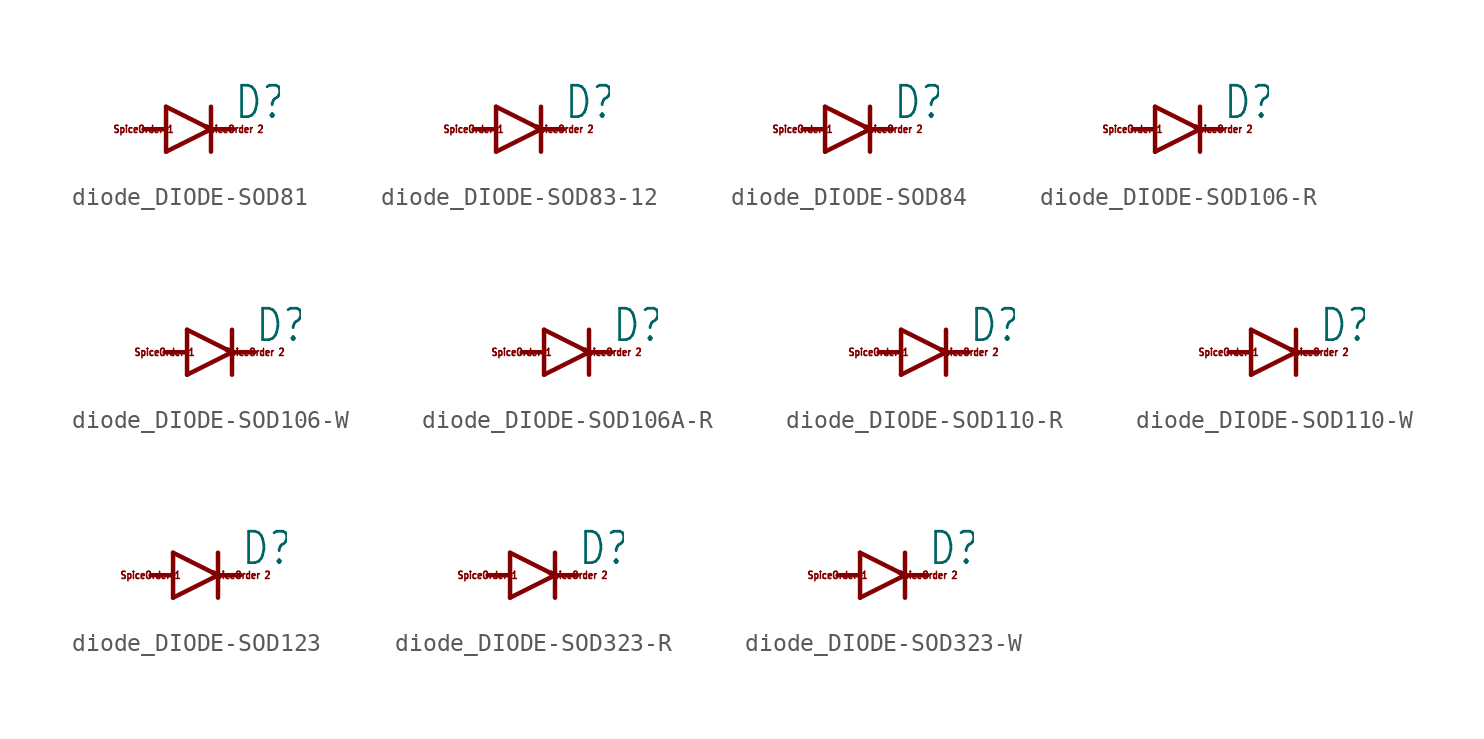
<source format=kicad_sym>
(kicad_symbol_lib
  (version 20231120)
  (generator "kicad_symbol_editor")
  (generator_version "8.0")
  (symbol "diode_DIODE-SOD81"
    (property "Reference" "D"
      (at 2.54 0.483 0)
      (effects (font (size 1.778 1.511)) (justify left bottom)))
    (property "Value" ""
      (at 2.54 -2.311 0)
      (effects (font (size 1.778 1.511)) (justify left bottom)))
    (property "ki_locked" ""
      (at 0 0 0)
      (effects (font (size 1.27 1.27))))
    (symbol "diode_DIODE-SOD81_1_0"
      (polyline (pts (xy -1.27 -1.27) (xy 1.27 0)) (stroke (width 0.254) (type solid)) (fill (type none)))
      (polyline (pts (xy -1.27 0) (xy -2.54 0)) (stroke (width 0.254) (type solid)) (fill (type none)))
      (polyline (pts (xy -1.27 0) (xy -1.27 -1.27)) (stroke (width 0.254) (type solid)) (fill (type none)))
      (polyline (pts (xy -1.27 1.27) (xy -1.27 0)) (stroke (width 0.254) (type solid)) (fill (type none)))
      (polyline (pts (xy 1.27 0) (xy -1.27 1.27)) (stroke (width 0.254) (type solid)) (fill (type none)))
      (polyline (pts (xy 1.27 0) (xy 1.27 -1.27)) (stroke (width 0.254) (type solid)) (fill (type none)))
      (polyline (pts (xy 1.27 1.27) (xy 1.27 0)) (stroke (width 0.254) (type solid)) (fill (type none)))
      (polyline (pts (xy 2.54 0) (xy 1.27 0)) (stroke (width 0.254) (type solid)) (fill (type none)))
      (text "SpiceOrder 1" (at -2.54 0 0) (effects (font (size 0.406 0.345))))
      (text "SpiceOrder 2" (at 2.54 0 0) (effects (font (size 0.406 0.345))))
      (pin passive line (at -2.54 0 0) (length 0) (name "A" (effects (font (size 0 0)))) (number "A" (effects (font (size 0 0)))))
      (pin passive line (at 2.54 0 180) (length 0) (name "C" (effects (font (size 0 0)))) (number "C" (effects (font (size 0 0)))))))
  (symbol "diode_DIODE-SOD83-12"
    (property "Reference" "D"
      (at 2.54 0.483 0)
      (effects (font (size 1.778 1.511)) (justify left bottom)))
    (property "Value" ""
      (at 2.54 -2.311 0)
      (effects (font (size 1.778 1.511)) (justify left bottom)))
    (property "ki_locked" ""
      (at 0 0 0)
      (effects (font (size 1.27 1.27))))
    (symbol "diode_DIODE-SOD83-12_1_0"
      (polyline (pts (xy -1.27 -1.27) (xy 1.27 0)) (stroke (width 0.254) (type solid)) (fill (type none)))
      (polyline (pts (xy -1.27 0) (xy -2.54 0)) (stroke (width 0.254) (type solid)) (fill (type none)))
      (polyline (pts (xy -1.27 0) (xy -1.27 -1.27)) (stroke (width 0.254) (type solid)) (fill (type none)))
      (polyline (pts (xy -1.27 1.27) (xy -1.27 0)) (stroke (width 0.254) (type solid)) (fill (type none)))
      (polyline (pts (xy 1.27 0) (xy -1.27 1.27)) (stroke (width 0.254) (type solid)) (fill (type none)))
      (polyline (pts (xy 1.27 0) (xy 1.27 -1.27)) (stroke (width 0.254) (type solid)) (fill (type none)))
      (polyline (pts (xy 1.27 1.27) (xy 1.27 0)) (stroke (width 0.254) (type solid)) (fill (type none)))
      (polyline (pts (xy 2.54 0) (xy 1.27 0)) (stroke (width 0.254) (type solid)) (fill (type none)))
      (text "SpiceOrder 1" (at -2.54 0 0) (effects (font (size 0.406 0.345))))
      (text "SpiceOrder 2" (at 2.54 0 0) (effects (font (size 0.406 0.345))))
      (pin passive line (at -2.54 0 0) (length 0) (name "A" (effects (font (size 0 0)))) (number "A" (effects (font (size 0 0)))))
      (pin passive line (at 2.54 0 180) (length 0) (name "C" (effects (font (size 0 0)))) (number "C" (effects (font (size 0 0)))))))
  (symbol "diode_DIODE-SOD84"
    (property "Reference" "D"
      (at 2.54 0.483 0)
      (effects (font (size 1.778 1.511)) (justify left bottom)))
    (property "Value" ""
      (at 2.54 -2.311 0)
      (effects (font (size 1.778 1.511)) (justify left bottom)))
    (property "ki_locked" ""
      (at 0 0 0)
      (effects (font (size 1.27 1.27))))
    (symbol "diode_DIODE-SOD84_1_0"
      (polyline (pts (xy -1.27 -1.27) (xy 1.27 0)) (stroke (width 0.254) (type solid)) (fill (type none)))
      (polyline (pts (xy -1.27 0) (xy -2.54 0)) (stroke (width 0.254) (type solid)) (fill (type none)))
      (polyline (pts (xy -1.27 0) (xy -1.27 -1.27)) (stroke (width 0.254) (type solid)) (fill (type none)))
      (polyline (pts (xy -1.27 1.27) (xy -1.27 0)) (stroke (width 0.254) (type solid)) (fill (type none)))
      (polyline (pts (xy 1.27 0) (xy -1.27 1.27)) (stroke (width 0.254) (type solid)) (fill (type none)))
      (polyline (pts (xy 1.27 0) (xy 1.27 -1.27)) (stroke (width 0.254) (type solid)) (fill (type none)))
      (polyline (pts (xy 1.27 1.27) (xy 1.27 0)) (stroke (width 0.254) (type solid)) (fill (type none)))
      (polyline (pts (xy 2.54 0) (xy 1.27 0)) (stroke (width 0.254) (type solid)) (fill (type none)))
      (text "SpiceOrder 1" (at -2.54 0 0) (effects (font (size 0.406 0.345))))
      (text "SpiceOrder 2" (at 2.54 0 0) (effects (font (size 0.406 0.345))))
      (pin passive line (at -2.54 0 0) (length 0) (name "A" (effects (font (size 0 0)))) (number "A" (effects (font (size 0 0)))))
      (pin passive line (at 2.54 0 180) (length 0) (name "C" (effects (font (size 0 0)))) (number "C" (effects (font (size 0 0)))))))
  (symbol "diode_DIODE-SOD106-R"
    (property "Reference" "D"
      (at 2.54 0.483 0)
      (effects (font (size 1.778 1.511)) (justify left bottom)))
    (property "Value" ""
      (at 2.54 -2.311 0)
      (effects (font (size 1.778 1.511)) (justify left bottom)))
    (property "ki_locked" ""
      (at 0 0 0)
      (effects (font (size 1.27 1.27))))
    (symbol "diode_DIODE-SOD106-R_1_0"
      (polyline (pts (xy -1.27 -1.27) (xy 1.27 0)) (stroke (width 0.254) (type solid)) (fill (type none)))
      (polyline (pts (xy -1.27 0) (xy -2.54 0)) (stroke (width 0.254) (type solid)) (fill (type none)))
      (polyline (pts (xy -1.27 0) (xy -1.27 -1.27)) (stroke (width 0.254) (type solid)) (fill (type none)))
      (polyline (pts (xy -1.27 1.27) (xy -1.27 0)) (stroke (width 0.254) (type solid)) (fill (type none)))
      (polyline (pts (xy 1.27 0) (xy -1.27 1.27)) (stroke (width 0.254) (type solid)) (fill (type none)))
      (polyline (pts (xy 1.27 0) (xy 1.27 -1.27)) (stroke (width 0.254) (type solid)) (fill (type none)))
      (polyline (pts (xy 1.27 1.27) (xy 1.27 0)) (stroke (width 0.254) (type solid)) (fill (type none)))
      (polyline (pts (xy 2.54 0) (xy 1.27 0)) (stroke (width 0.254) (type solid)) (fill (type none)))
      (text "SpiceOrder 1" (at -2.54 0 0) (effects (font (size 0.406 0.345))))
      (text "SpiceOrder 2" (at 2.54 0 0) (effects (font (size 0.406 0.345))))
      (pin passive line (at -2.54 0 0) (length 0) (name "A" (effects (font (size 0 0)))) (number "A" (effects (font (size 0 0)))))
      (pin passive line (at 2.54 0 180) (length 0) (name "C" (effects (font (size 0 0)))) (number "C" (effects (font (size 0 0)))))))
  (symbol "diode_DIODE-SOD106-W"
    (property "Reference" "D"
      (at 2.54 0.483 0)
      (effects (font (size 1.778 1.511)) (justify left bottom)))
    (property "Value" ""
      (at 2.54 -2.311 0)
      (effects (font (size 1.778 1.511)) (justify left bottom)))
    (property "ki_locked" ""
      (at 0 0 0)
      (effects (font (size 1.27 1.27))))
    (symbol "diode_DIODE-SOD106-W_1_0"
      (polyline (pts (xy -1.27 -1.27) (xy 1.27 0)) (stroke (width 0.254) (type solid)) (fill (type none)))
      (polyline (pts (xy -1.27 0) (xy -2.54 0)) (stroke (width 0.254) (type solid)) (fill (type none)))
      (polyline (pts (xy -1.27 0) (xy -1.27 -1.27)) (stroke (width 0.254) (type solid)) (fill (type none)))
      (polyline (pts (xy -1.27 1.27) (xy -1.27 0)) (stroke (width 0.254) (type solid)) (fill (type none)))
      (polyline (pts (xy 1.27 0) (xy -1.27 1.27)) (stroke (width 0.254) (type solid)) (fill (type none)))
      (polyline (pts (xy 1.27 0) (xy 1.27 -1.27)) (stroke (width 0.254) (type solid)) (fill (type none)))
      (polyline (pts (xy 1.27 1.27) (xy 1.27 0)) (stroke (width 0.254) (type solid)) (fill (type none)))
      (polyline (pts (xy 2.54 0) (xy 1.27 0)) (stroke (width 0.254) (type solid)) (fill (type none)))
      (text "SpiceOrder 1" (at -2.54 0 0) (effects (font (size 0.406 0.345))))
      (text "SpiceOrder 2" (at 2.54 0 0) (effects (font (size 0.406 0.345))))
      (pin passive line (at -2.54 0 0) (length 0) (name "A" (effects (font (size 0 0)))) (number "A" (effects (font (size 0 0)))))
      (pin passive line (at 2.54 0 180) (length 0) (name "C" (effects (font (size 0 0)))) (number "C" (effects (font (size 0 0)))))))
  (symbol "diode_DIODE-SOD106A-R"
    (property "Reference" "D"
      (at 2.54 0.483 0)
      (effects (font (size 1.778 1.511)) (justify left bottom)))
    (property "Value" ""
      (at 2.54 -2.311 0)
      (effects (font (size 1.778 1.511)) (justify left bottom)))
    (property "ki_locked" ""
      (at 0 0 0)
      (effects (font (size 1.27 1.27))))
    (symbol "diode_DIODE-SOD106A-R_1_0"
      (polyline (pts (xy -1.27 -1.27) (xy 1.27 0)) (stroke (width 0.254) (type solid)) (fill (type none)))
      (polyline (pts (xy -1.27 0) (xy -2.54 0)) (stroke (width 0.254) (type solid)) (fill (type none)))
      (polyline (pts (xy -1.27 0) (xy -1.27 -1.27)) (stroke (width 0.254) (type solid)) (fill (type none)))
      (polyline (pts (xy -1.27 1.27) (xy -1.27 0)) (stroke (width 0.254) (type solid)) (fill (type none)))
      (polyline (pts (xy 1.27 0) (xy -1.27 1.27)) (stroke (width 0.254) (type solid)) (fill (type none)))
      (polyline (pts (xy 1.27 0) (xy 1.27 -1.27)) (stroke (width 0.254) (type solid)) (fill (type none)))
      (polyline (pts (xy 1.27 1.27) (xy 1.27 0)) (stroke (width 0.254) (type solid)) (fill (type none)))
      (polyline (pts (xy 2.54 0) (xy 1.27 0)) (stroke (width 0.254) (type solid)) (fill (type none)))
      (text "SpiceOrder 1" (at -2.54 0 0) (effects (font (size 0.406 0.345))))
      (text "SpiceOrder 2" (at 2.54 0 0) (effects (font (size 0.406 0.345))))
      (pin passive line (at -2.54 0 0) (length 0) (name "A" (effects (font (size 0 0)))) (number "A" (effects (font (size 0 0)))))
      (pin passive line (at 2.54 0 180) (length 0) (name "C" (effects (font (size 0 0)))) (number "C" (effects (font (size 0 0)))))))
  (symbol "diode_DIODE-SOD110-R"
    (property "Reference" "D"
      (at 2.54 0.483 0)
      (effects (font (size 1.778 1.511)) (justify left bottom)))
    (property "Value" ""
      (at 2.54 -2.311 0)
      (effects (font (size 1.778 1.511)) (justify left bottom)))
    (property "ki_locked" ""
      (at 0 0 0)
      (effects (font (size 1.27 1.27))))
    (symbol "diode_DIODE-SOD110-R_1_0"
      (polyline (pts (xy -1.27 -1.27) (xy 1.27 0)) (stroke (width 0.254) (type solid)) (fill (type none)))
      (polyline (pts (xy -1.27 0) (xy -2.54 0)) (stroke (width 0.254) (type solid)) (fill (type none)))
      (polyline (pts (xy -1.27 0) (xy -1.27 -1.27)) (stroke (width 0.254) (type solid)) (fill (type none)))
      (polyline (pts (xy -1.27 1.27) (xy -1.27 0)) (stroke (width 0.254) (type solid)) (fill (type none)))
      (polyline (pts (xy 1.27 0) (xy -1.27 1.27)) (stroke (width 0.254) (type solid)) (fill (type none)))
      (polyline (pts (xy 1.27 0) (xy 1.27 -1.27)) (stroke (width 0.254) (type solid)) (fill (type none)))
      (polyline (pts (xy 1.27 1.27) (xy 1.27 0)) (stroke (width 0.254) (type solid)) (fill (type none)))
      (polyline (pts (xy 2.54 0) (xy 1.27 0)) (stroke (width 0.254) (type solid)) (fill (type none)))
      (text "SpiceOrder 1" (at -2.54 0 0) (effects (font (size 0.406 0.345))))
      (text "SpiceOrder 2" (at 2.54 0 0) (effects (font (size 0.406 0.345))))
      (pin passive line (at -2.54 0 0) (length 0) (name "A" (effects (font (size 0 0)))) (number "A" (effects (font (size 0 0)))))
      (pin passive line (at 2.54 0 180) (length 0) (name "C" (effects (font (size 0 0)))) (number "C" (effects (font (size 0 0)))))))
  (symbol "diode_DIODE-SOD110-W"
    (property "Reference" "D"
      (at 2.54 0.483 0)
      (effects (font (size 1.778 1.511)) (justify left bottom)))
    (property "Value" ""
      (at 2.54 -2.311 0)
      (effects (font (size 1.778 1.511)) (justify left bottom)))
    (property "ki_locked" ""
      (at 0 0 0)
      (effects (font (size 1.27 1.27))))
    (symbol "diode_DIODE-SOD110-W_1_0"
      (polyline (pts (xy -1.27 -1.27) (xy 1.27 0)) (stroke (width 0.254) (type solid)) (fill (type none)))
      (polyline (pts (xy -1.27 0) (xy -2.54 0)) (stroke (width 0.254) (type solid)) (fill (type none)))
      (polyline (pts (xy -1.27 0) (xy -1.27 -1.27)) (stroke (width 0.254) (type solid)) (fill (type none)))
      (polyline (pts (xy -1.27 1.27) (xy -1.27 0)) (stroke (width 0.254) (type solid)) (fill (type none)))
      (polyline (pts (xy 1.27 0) (xy -1.27 1.27)) (stroke (width 0.254) (type solid)) (fill (type none)))
      (polyline (pts (xy 1.27 0) (xy 1.27 -1.27)) (stroke (width 0.254) (type solid)) (fill (type none)))
      (polyline (pts (xy 1.27 1.27) (xy 1.27 0)) (stroke (width 0.254) (type solid)) (fill (type none)))
      (polyline (pts (xy 2.54 0) (xy 1.27 0)) (stroke (width 0.254) (type solid)) (fill (type none)))
      (text "SpiceOrder 1" (at -2.54 0 0) (effects (font (size 0.406 0.345))))
      (text "SpiceOrder 2" (at 2.54 0 0) (effects (font (size 0.406 0.345))))
      (pin passive line (at -2.54 0 0) (length 0) (name "A" (effects (font (size 0 0)))) (number "A" (effects (font (size 0 0)))))
      (pin passive line (at 2.54 0 180) (length 0) (name "C" (effects (font (size 0 0)))) (number "C" (effects (font (size 0 0)))))))
  (symbol "diode_DIODE-SOD123"
    (property "Reference" "D"
      (at 2.54 0.483 0)
      (effects (font (size 1.778 1.511)) (justify left bottom)))
    (property "Value" ""
      (at 2.54 -2.311 0)
      (effects (font (size 1.778 1.511)) (justify left bottom)))
    (property "ki_locked" ""
      (at 0 0 0)
      (effects (font (size 1.27 1.27))))
    (symbol "diode_DIODE-SOD123_1_0"
      (polyline (pts (xy -1.27 -1.27) (xy 1.27 0)) (stroke (width 0.254) (type solid)) (fill (type none)))
      (polyline (pts (xy -1.27 0) (xy -2.54 0)) (stroke (width 0.254) (type solid)) (fill (type none)))
      (polyline (pts (xy -1.27 0) (xy -1.27 -1.27)) (stroke (width 0.254) (type solid)) (fill (type none)))
      (polyline (pts (xy -1.27 1.27) (xy -1.27 0)) (stroke (width 0.254) (type solid)) (fill (type none)))
      (polyline (pts (xy 1.27 0) (xy -1.27 1.27)) (stroke (width 0.254) (type solid)) (fill (type none)))
      (polyline (pts (xy 1.27 0) (xy 1.27 -1.27)) (stroke (width 0.254) (type solid)) (fill (type none)))
      (polyline (pts (xy 1.27 1.27) (xy 1.27 0)) (stroke (width 0.254) (type solid)) (fill (type none)))
      (polyline (pts (xy 2.54 0) (xy 1.27 0)) (stroke (width 0.254) (type solid)) (fill (type none)))
      (text "SpiceOrder 1" (at -2.54 0 0) (effects (font (size 0.406 0.345))))
      (text "SpiceOrder 2" (at 2.54 0 0) (effects (font (size 0.406 0.345))))
      (pin passive line (at -2.54 0 0) (length 0) (name "A" (effects (font (size 0 0)))) (number "A" (effects (font (size 0 0)))))
      (pin passive line (at 2.54 0 180) (length 0) (name "C" (effects (font (size 0 0)))) (number "C" (effects (font (size 0 0)))))))
  (symbol "diode_DIODE-SOD323-R"
    (property "Reference" "D"
      (at 2.54 0.483 0)
      (effects (font (size 1.778 1.511)) (justify left bottom)))
    (property "Value" ""
      (at 2.54 -2.311 0)
      (effects (font (size 1.778 1.511)) (justify left bottom)))
    (property "ki_locked" ""
      (at 0 0 0)
      (effects (font (size 1.27 1.27))))
    (symbol "diode_DIODE-SOD323-R_1_0"
      (polyline (pts (xy -1.27 -1.27) (xy 1.27 0)) (stroke (width 0.254) (type solid)) (fill (type none)))
      (polyline (pts (xy -1.27 0) (xy -2.54 0)) (stroke (width 0.254) (type solid)) (fill (type none)))
      (polyline (pts (xy -1.27 0) (xy -1.27 -1.27)) (stroke (width 0.254) (type solid)) (fill (type none)))
      (polyline (pts (xy -1.27 1.27) (xy -1.27 0)) (stroke (width 0.254) (type solid)) (fill (type none)))
      (polyline (pts (xy 1.27 0) (xy -1.27 1.27)) (stroke (width 0.254) (type solid)) (fill (type none)))
      (polyline (pts (xy 1.27 0) (xy 1.27 -1.27)) (stroke (width 0.254) (type solid)) (fill (type none)))
      (polyline (pts (xy 1.27 1.27) (xy 1.27 0)) (stroke (width 0.254) (type solid)) (fill (type none)))
      (polyline (pts (xy 2.54 0) (xy 1.27 0)) (stroke (width 0.254) (type solid)) (fill (type none)))
      (text "SpiceOrder 1" (at -2.54 0 0) (effects (font (size 0.406 0.345))))
      (text "SpiceOrder 2" (at 2.54 0 0) (effects (font (size 0.406 0.345))))
      (pin passive line (at -2.54 0 0) (length 0) (name "A" (effects (font (size 0 0)))) (number "A" (effects (font (size 0 0)))))
      (pin passive line (at 2.54 0 180) (length 0) (name "C" (effects (font (size 0 0)))) (number "C" (effects (font (size 0 0)))))))
  (symbol "diode_DIODE-SOD323-W"
    (property "Reference" "D"
      (at 2.54 0.483 0)
      (effects (font (size 1.778 1.511)) (justify left bottom)))
    (property "Value" ""
      (at 2.54 -2.311 0)
      (effects (font (size 1.778 1.511)) (justify left bottom)))
    (property "ki_locked" ""
      (at 0 0 0)
      (effects (font (size 1.27 1.27))))
    (symbol "diode_DIODE-SOD323-W_1_0"
      (polyline (pts (xy -1.27 -1.27) (xy 1.27 0)) (stroke (width 0.254) (type solid)) (fill (type none)))
      (polyline (pts (xy -1.27 0) (xy -2.54 0)) (stroke (width 0.254) (type solid)) (fill (type none)))
      (polyline (pts (xy -1.27 0) (xy -1.27 -1.27)) (stroke (width 0.254) (type solid)) (fill (type none)))
      (polyline (pts (xy -1.27 1.27) (xy -1.27 0)) (stroke (width 0.254) (type solid)) (fill (type none)))
      (polyline (pts (xy 1.27 0) (xy -1.27 1.27)) (stroke (width 0.254) (type solid)) (fill (type none)))
      (polyline (pts (xy 1.27 0) (xy 1.27 -1.27)) (stroke (width 0.254) (type solid)) (fill (type none)))
      (polyline (pts (xy 1.27 1.27) (xy 1.27 0)) (stroke (width 0.254) (type solid)) (fill (type none)))
      (polyline (pts (xy 2.54 0) (xy 1.27 0)) (stroke (width 0.254) (type solid)) (fill (type none)))
      (text "SpiceOrder 1" (at -2.54 0 0) (effects (font (size 0.406 0.345))))
      (text "SpiceOrder 2" (at 2.54 0 0) (effects (font (size 0.406 0.345))))
      (pin passive line (at -2.54 0 0) (length 0) (name "A" (effects (font (size 0 0)))) (number "A" (effects (font (size 0 0)))))
      (pin passive line (at 2.54 0 180) (length 0) (name "C" (effects (font (size 0 0)))) (number "C" (effects (font (size 0 0))))))))
</source>
